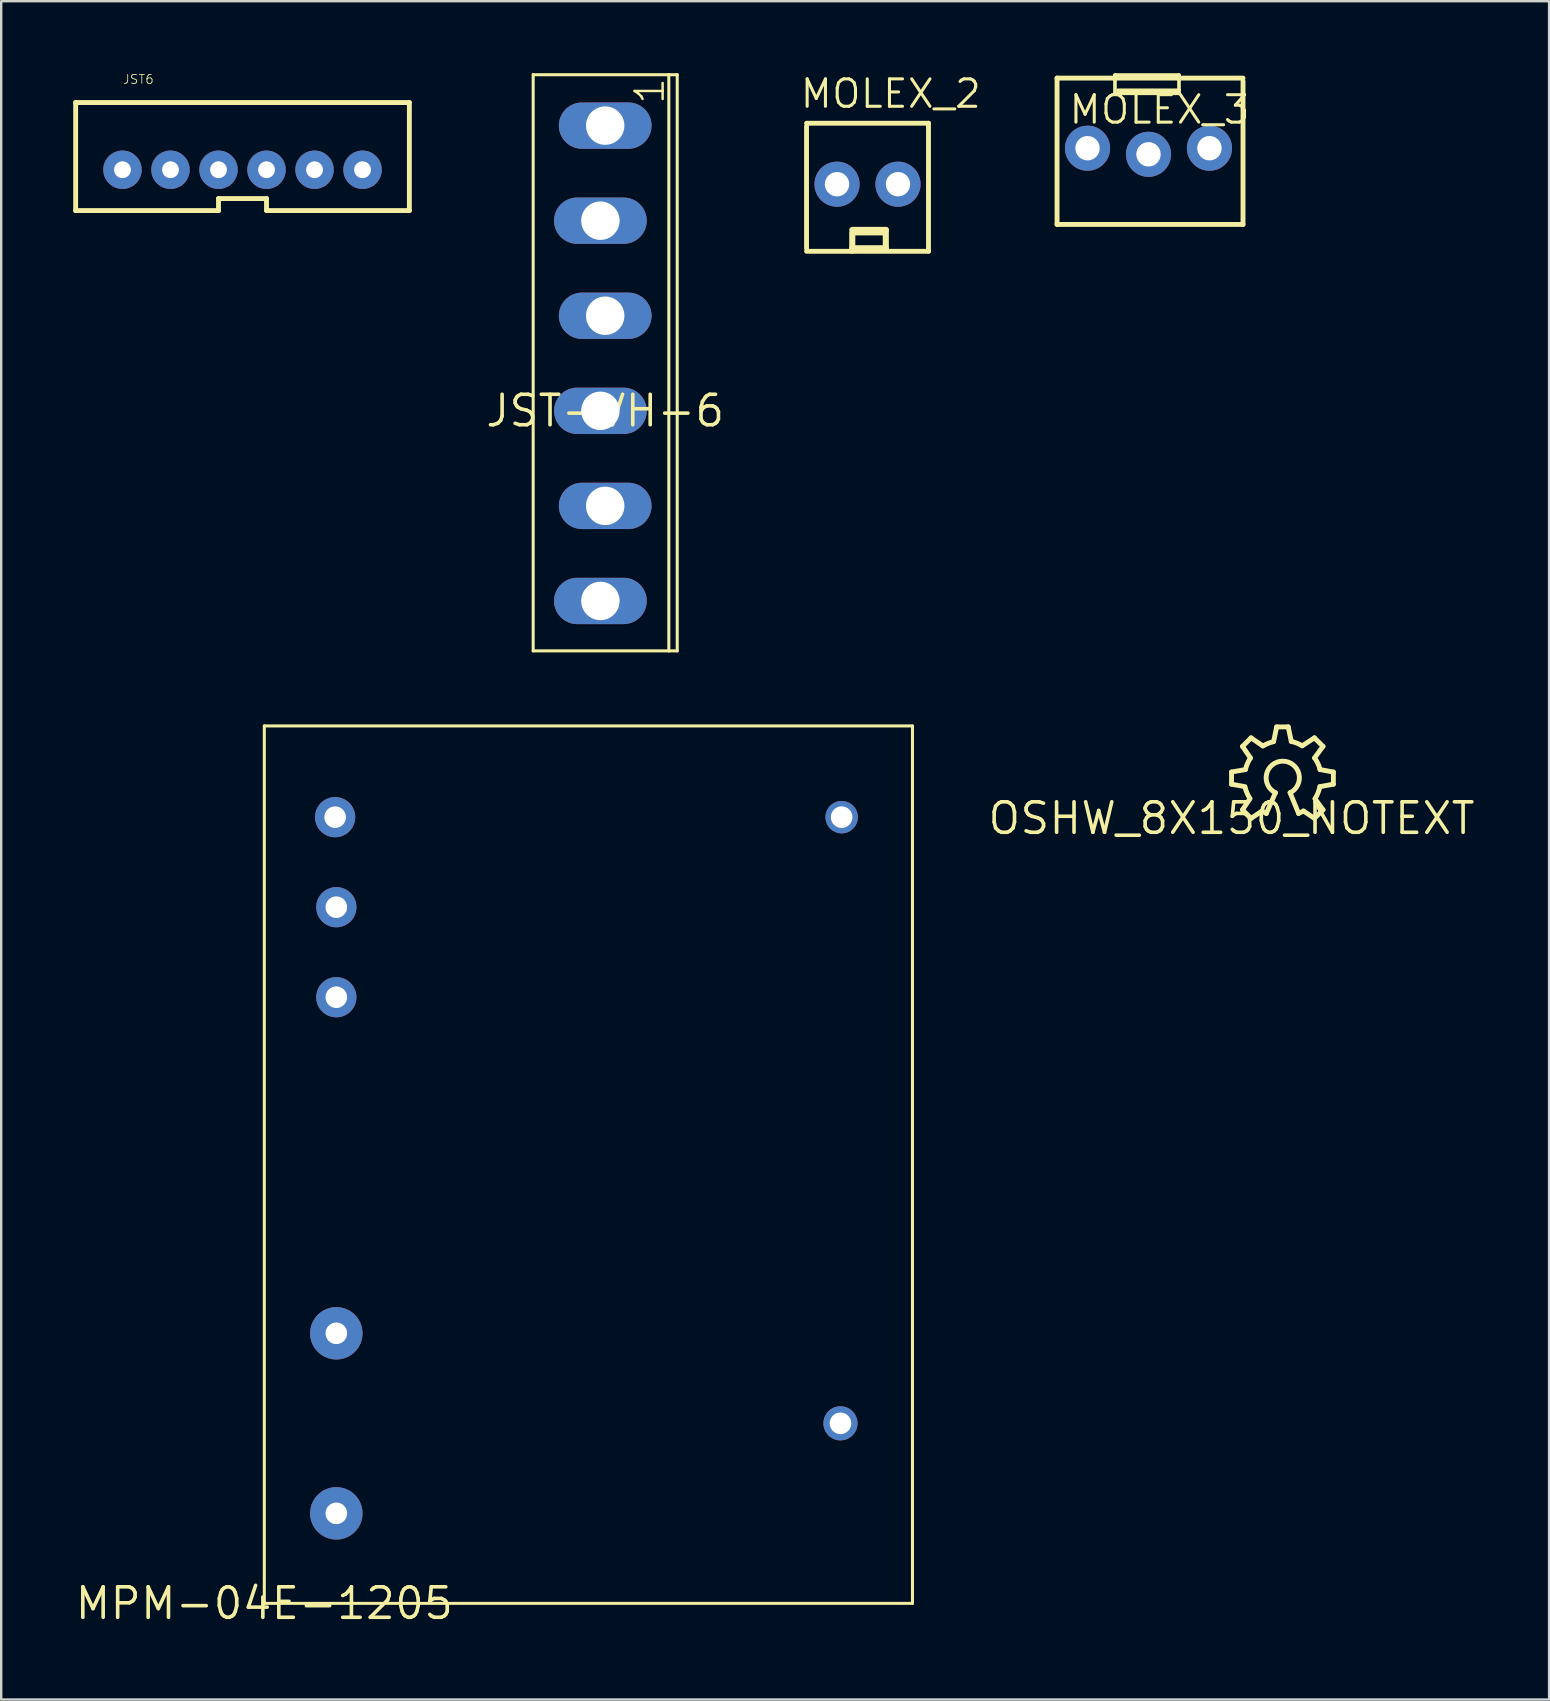
<source format=kicad_pcb>
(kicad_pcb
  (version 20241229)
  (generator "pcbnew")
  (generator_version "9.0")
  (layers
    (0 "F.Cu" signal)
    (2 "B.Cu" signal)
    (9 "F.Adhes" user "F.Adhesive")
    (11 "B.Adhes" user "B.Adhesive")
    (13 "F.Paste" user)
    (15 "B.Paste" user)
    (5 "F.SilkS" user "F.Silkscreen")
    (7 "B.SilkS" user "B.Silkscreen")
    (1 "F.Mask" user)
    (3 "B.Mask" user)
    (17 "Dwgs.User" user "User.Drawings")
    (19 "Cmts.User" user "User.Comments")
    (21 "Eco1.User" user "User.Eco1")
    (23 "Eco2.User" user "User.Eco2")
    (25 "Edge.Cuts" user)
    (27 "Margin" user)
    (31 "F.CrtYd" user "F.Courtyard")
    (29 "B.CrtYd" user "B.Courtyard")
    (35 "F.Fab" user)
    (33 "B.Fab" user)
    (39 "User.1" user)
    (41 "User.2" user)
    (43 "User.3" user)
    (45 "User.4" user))
  (footprint "MOLEX_3"
    (layer "F.Cu")
    (at 44.792 3.251)
    (property "Reference" "MOLEX_3" (at -3.378 -1.067 0) (unlocked yes) (layer "F.SilkS") (effects (font (size 1.143 1.143) (thickness 0.127)) (justify left bottom)))
    (fp_line (start -3.81 -3.048) (end -3.81 3.048) (stroke (width 0.203) (type solid)) (layer "F.SilkS"))
    (fp_line (start -3.81 -3.048) (end -1.397 -3.048) (stroke (width 0.203) (type solid)) (layer "F.SilkS"))
    (fp_line (start -1.397 -3.175) (end 1.27 -3.175) (stroke (width 0.152) (type solid)) (layer "F.SilkS"))
    (fp_line (start -1.397 -3.048) (end -1.397 -3.175) (stroke (width 0.152) (type solid)) (layer "F.SilkS"))
    (fp_line (start -1.397 -3.048) (end 1.27 -3.048) (stroke (width 0.203) (type solid)) (layer "F.SilkS"))
    (fp_line (start -1.397 -2.413) (end -1.397 -3.048) (stroke (width 0.152) (type solid)) (layer "F.SilkS"))
    (fp_line (start -1.27 -2.54) (end 1.27 -2.54) (stroke (width 0.152) (type solid)) (layer "F.SilkS"))
    (fp_line (start 1.27 -3.175) (end 1.27 -3.048) (stroke (width 0.152) (type solid)) (layer "F.SilkS"))
    (fp_line (start 1.27 -3.048) (end 3.937 -3.048) (stroke (width 0.203) (type solid)) (layer "F.SilkS"))
    (fp_line (start 1.27 -2.54) (end 1.27 -3.048) (stroke (width 0.152) (type solid)) (layer "F.SilkS"))
    (fp_line (start 1.27 -2.54) (end 1.27 -2.413) (stroke (width 0.152) (type solid)) (layer "F.SilkS"))
    (fp_line (start 1.27 -2.413) (end -1.397 -2.413) (stroke (width 0.152) (type solid)) (layer "F.SilkS"))
    (fp_line (start 3.937 -2.921) (end 3.937 3.048) (stroke (width 0.203) (type solid)) (layer "F.SilkS"))
    (fp_line (start 3.937 3.048) (end -3.81 3.048) (stroke (width 0.203) (type solid)) (layer "F.SilkS"))
    (fp_poly (pts (xy -0.254 0.254) (xy 0.254 0.254) (xy 0.254 -0.254) (xy -0.254 -0.254)) (stroke (width 0.1) (type default)) (fill no) (layer "F.Fab"))
    (fp_poly (pts (xy 2.286 0.254) (xy 2.794 0.254) (xy 2.794 -0.254) (xy 2.286 -0.254)) (stroke (width 0.1) (type default)) (fill no) (layer "F.Fab"))
    (pad "1" thru_hole circle (at -2.54 -0.127 90) (size 1.88 1.88) (drill 1.016) (layers "*.Cu" "*.Mask"))
    (pad "2" thru_hole circle (at 0 0.127 90) (size 1.88 1.88) (drill 1.016) (layers "*.Cu" "*.Mask"))
    (pad "3" thru_hole circle (at 2.54 -0.127 90) (size 1.88 1.88) (drill 1.016) (layers "*.Cu" "*.Mask")))
  (footprint "OSHW_8X150_NOTEXT"
    (layer "F.Cu")
    (at 48.251 31.039)
    (property "Reference" "OSHW_8X150_NOTEXT" (at 0 0 0) (unlocked yes) (layer "F.SilkS") (effects (font (size 1.27 1.27) (thickness 0.15))))
    (fp_line (start 0 -1.93) (end 0.584 -2.032) (stroke (width 0.203) (type solid)) (layer "F.SilkS"))
    (fp_line (start 0 -1.422) (end 0 -1.93) (stroke (width 0.203) (type solid)) (layer "F.SilkS"))
    (fp_line (start 0.457 -2.997) (end 0.813 -3.353) (stroke (width 0.203) (type solid)) (layer "F.SilkS"))
    (fp_line (start 0.457 -0.356) (end 0.762 -0.813) (stroke (width 0.203) (type solid)) (layer "F.SilkS"))
    (fp_line (start 0.559 -1.321) (end 0 -1.422) (stroke (width 0.203) (type solid)) (layer "F.SilkS"))
    (fp_line (start 0.787 -2.515) (end 0.457 -2.997) (stroke (width 0.203) (type solid)) (layer "F.SilkS"))
    (fp_line (start 0.813 -3.353) (end 1.295 -3.023) (stroke (width 0.203) (type solid)) (layer "F.SilkS"))
    (fp_line (start 0.813 0) (end 0.457 -0.356) (stroke (width 0.203) (type solid)) (layer "F.SilkS"))
    (fp_line (start 1.27 -0.305) (end 0.813 0) (stroke (width 0.203) (type solid)) (layer "F.SilkS"))
    (fp_line (start 1.448 -0.203) (end 1.27 -0.305) (stroke (width 0.203) (type solid)) (layer "F.SilkS"))
    (fp_line (start 1.753 -3.2) (end 1.88 -3.81) (stroke (width 0.203) (type solid)) (layer "F.SilkS"))
    (fp_line (start 1.829 -1.067) (end 1.448 -0.203) (stroke (width 0.203) (type solid)) (layer "F.SilkS"))
    (fp_line (start 1.88 -3.81) (end 2.362 -3.81) (stroke (width 0.203) (type solid)) (layer "F.SilkS"))
    (fp_line (start 2.362 -3.81) (end 2.489 -3.2) (stroke (width 0.203) (type solid)) (layer "F.SilkS"))
    (fp_line (start 2.794 -0.203) (end 2.438 -1.067) (stroke (width 0.203) (type solid)) (layer "F.SilkS"))
    (fp_line (start 2.946 -3.023) (end 3.454 -3.353) (stroke (width 0.203) (type solid)) (layer "F.SilkS"))
    (fp_line (start 2.997 -0.305) (end 2.794 -0.203) (stroke (width 0.203) (type solid)) (layer "F.SilkS"))
    (fp_line (start 3.454 -3.353) (end 3.81 -2.997) (stroke (width 0.203) (type solid)) (layer "F.SilkS"))
    (fp_line (start 3.454 0) (end 2.997 -0.305) (stroke (width 0.203) (type solid)) (layer "F.SilkS"))
    (fp_line (start 3.48 -0.813) (end 3.81 -0.356) (stroke (width 0.203) (type solid)) (layer "F.SilkS"))
    (fp_line (start 3.683 -2.032) (end 4.242 -1.93) (stroke (width 0.203) (type solid)) (layer "F.SilkS"))
    (fp_line (start 3.81 -2.997) (end 3.454 -2.515) (stroke (width 0.203) (type solid)) (layer "F.SilkS"))
    (fp_line (start 3.81 -0.356) (end 3.454 0) (stroke (width 0.203) (type solid)) (layer "F.SilkS"))
    (fp_line (start 4.242 -1.93) (end 4.242 -1.422) (stroke (width 0.203) (type solid)) (layer "F.SilkS"))
    (fp_line (start 4.242 -1.422) (end 3.683 -1.321) (stroke (width 0.203) (type solid)) (layer "F.SilkS"))
    (fp_arc (start 0.5796 -2.0376) (mid 0.663223 -2.284304) (end 0.7859 -2.5141) (stroke (width 0.2032) (type solid)) (layer "F.SilkS"))
    (fp_arc (start 0.7681 -0.825) (mid 0.648453 -1.044452) (end 0.5654 -1.2802) (stroke (width 0.2032) (type solid)) (layer "F.SilkS"))
    (fp_arc (start 1.3015 -3.0119) (mid 1.518605 -3.119756) (end 1.7496 -3.1933) (stroke (width 0.2032) (type solid)) (layer "F.SilkS"))
    (fp_arc (start 1.8288 -1.0668) (mid 2.1336 -2.382036) (end 2.4384 -1.0668) (stroke (width 0.2032) (type solid)) (layer "F.SilkS"))
    (fp_arc (start 2.4892 -3.204) (mid 2.723854 -3.131001) (end 2.9444 -3.0226) (stroke (width 0.2032) (type solid)) (layer "F.SilkS"))
    (fp_arc (start 3.4671 -2.5105) (mid 3.597953 -2.281784) (end 3.6876 -2.034) (stroke (width 0.2032) (type solid)) (layer "F.SilkS"))
    (fp_arc (start 3.6805 -1.3228) (mid 3.600923 -1.061609) (end 3.4778 -0.8179) (stroke (width 0.2032) (type solid)) (layer "F.SilkS")))
  (footprint "JST6"
    (layer "F.Cu")
    (at 7.052 3.741)
    (property "Reference" "JST6" (at -5 -3.27 0) (unlocked yes) (layer "F.SilkS") (effects (font (size 0.374 0.374) (thickness 0.033)) (justify left bottom)))
    (fp_line (start -6.95 -2.52) (end 6.95 -2.52) (stroke (width 0.203) (type solid)) (layer "F.SilkS"))
    (fp_line (start -6.95 1.98) (end -6.95 -2.52) (stroke (width 0.203) (type solid)) (layer "F.SilkS"))
    (fp_line (start -1 1.48) (end -1 1.98) (stroke (width 0.203) (type solid)) (layer "F.SilkS"))
    (fp_line (start -1 1.48) (end 1 1.48) (stroke (width 0.203) (type solid)) (layer "F.SilkS"))
    (fp_line (start -1 1.98) (end -6.95 1.98) (stroke (width 0.203) (type solid)) (layer "F.SilkS"))
    (fp_line (start 1 1.48) (end 1 1.98) (stroke (width 0.203) (type solid)) (layer "F.SilkS"))
    (fp_line (start 6.95 -2.52) (end 6.95 1.98) (stroke (width 0.203) (type solid)) (layer "F.SilkS"))
    (fp_line (start 6.95 1.98) (end 1 1.98) (stroke (width 0.203) (type solid)) (layer "F.SilkS"))
    (pad "1" thru_hole circle (at -5 0.28) (size 1.6 1.6) (drill 0.7) (layers "*.Cu" "*.Mask"))
    (pad "2" thru_hole circle (at -3 0.28) (size 1.6 1.6) (drill 0.7) (layers "*.Cu" "*.Mask"))
    (pad "3" thru_hole circle (at -1 0.28) (size 1.6 1.6) (drill 0.7) (layers "*.Cu" "*.Mask"))
    (pad "4" thru_hole circle (at 1 0.28) (size 1.6 1.6) (drill 0.7) (layers "*.Cu" "*.Mask"))
    (pad "5" thru_hole circle (at 3 0.28) (size 1.6 1.6) (drill 0.7) (layers "*.Cu" "*.Mask"))
    (pad "6" thru_hole circle (at 5 0.28) (size 1.6 1.6) (drill 0.7) (layers "*.Cu" "*.Mask")))
  (footprint "MPM-04E-1205"
    (layer "F.Cu")
    (at 7.96 63.74)
    (property "Reference" "MPM-04E-1205" (at 0 0 0) (unlocked yes) (layer "F.SilkS") (effects (font (size 1.27 1.27) (thickness 0.15))))
    (fp_line (start 0 -36.55) (end 0 0) (stroke (width 0.127) (type solid)) (layer "F.SilkS"))
    (fp_line (start 0 0) (end 27 0) (stroke (width 0.127) (type solid)) (layer "F.SilkS"))
    (fp_line (start 27 -36.55) (end 0 -36.55) (stroke (width 0.127) (type solid)) (layer "F.SilkS"))
    (fp_line (start 27 0) (end 27 -36.55) (stroke (width 0.127) (type solid)) (layer "F.SilkS"))
    (pad "5V" thru_hole circle (at 3 -25.25) (size 1.676 1.676) (drill 0.9) (layers "*.Cu" "*.Mask"))
    (pad "12V" thru_hole circle (at 2.95 -32.75) (size 1.676 1.676) (drill 0.9) (layers "*.Cu" "*.Mask"))
    (pad "ACL" thru_hole circle (at 3 -3.75) (size 2.184 2.184) (drill 0.9) (layers "*.Cu" "*.Mask"))
    (pad "ACN" thru_hole circle (at 3 -11.25) (size 2.184 2.184) (drill 0.9) (layers "*.Cu" "*.Mask"))
    (pad "GND" thru_hole circle (at 3 -29) (size 1.676 1.676) (drill 0.9) (layers "*.Cu" "*.Mask"))
    (pad "NC1" thru_hole circle (at 24 -7.5) (size 1.422 1.422) (drill 0.9) (layers "*.Cu" "*.Mask"))
    (pad "NC2" thru_hole circle (at 24.05 -32.75) (size 1.35 1.35) (drill 0.9) (layers "*.Cu" "*.Mask")))
  (footprint "MOLEX_2"
    (layer "F.Cu")
    (at 33.087 4.623)
    (property "Reference" "MOLEX_2" (at -2.87 -3.099 0) (unlocked yes) (layer "F.SilkS") (effects (font (size 1.143 1.143) (thickness 0.127)) (justify left bottom)))
    (fp_line (start -2.54 -2.54) (end 2.54 -2.54) (stroke (width 0.203) (type solid)) (layer "F.SilkS"))
    (fp_line (start -2.54 -2.413) (end -2.54 2.667) (stroke (width 0.203) (type solid)) (layer "F.SilkS"))
    (fp_line (start -0.635 1.905) (end -0.635 2.032) (stroke (width 0.152) (type solid)) (layer "F.SilkS"))
    (fp_line (start -0.635 1.905) (end 0.762 1.905) (stroke (width 0.254) (type solid)) (layer "F.SilkS"))
    (fp_line (start -0.635 2.032) (end -0.635 2.794) (stroke (width 0.152) (type solid)) (layer "F.SilkS"))
    (fp_line (start -0.635 2.667) (end -0.635 2.032) (stroke (width 0.254) (type solid)) (layer "F.SilkS"))
    (fp_line (start -0.635 2.794) (end -2.54 2.794) (stroke (width 0.203) (type solid)) (layer "F.SilkS"))
    (fp_line (start 0.762 1.905) (end 0.762 2.667) (stroke (width 0.254) (type solid)) (layer "F.SilkS"))
    (fp_line (start 0.762 2.032) (end -0.508 2.032) (stroke (width 0.203) (type solid)) (layer "F.SilkS"))
    (fp_line (start 0.762 2.032) (end 0.762 2.667) (stroke (width 0.152) (type solid)) (layer "F.SilkS"))
    (fp_line (start 0.762 2.667) (end -0.635 2.667) (stroke (width 0.254) (type solid)) (layer "F.SilkS"))
    (fp_line (start 2.54 -2.54) (end 2.54 2.794) (stroke (width 0.203) (type solid)) (layer "F.SilkS"))
    (fp_line (start 2.54 2.794) (end -0.635 2.794) (stroke (width 0.203) (type solid)) (layer "F.SilkS"))
    (pad "1" thru_hole circle (at -1.27 0 90) (size 1.88 1.88) (drill 1.016) (layers "*.Cu" "*.Mask"))
    (pad "2" thru_hole circle (at 1.27 0 90) (size 1.88 1.88) (drill 1.016) (layers "*.Cu" "*.Mask")))
  (footprint "JST-VH-6"
    (layer "F.Cu")
    (at 22.16 14.063)
    (property "Reference" "JST-VH-6" (at 0 0 0) (unlocked yes) (layer "F.SilkS") (effects (font (size 1.27 1.27) (thickness 0.15))))
    (fp_line (start -3 -14) (end 2.65 -14) (stroke (width 0.127) (type solid)) (layer "F.SilkS"))
    (fp_line (start -3 10) (end -3 -14) (stroke (width 0.127) (type solid)) (layer "F.SilkS"))
    (fp_line (start 2.65 -14) (end 3 -14) (stroke (width 0.127) (type solid)) (layer "F.SilkS"))
    (fp_line (start 2.65 10) (end -3 10) (stroke (width 0.127) (type solid)) (layer "F.SilkS"))
    (fp_line (start 2.65 10) (end 2.65 -14) (stroke (width 0.127) (type solid)) (layer "F.SilkS"))
    (fp_line (start 3 -14) (end 3 10) (stroke (width 0.127) (type solid)) (layer "F.SilkS"))
    (fp_line (start 3 10) (end 2.65 10) (stroke (width 0.127) (type solid)) (layer "F.SilkS"))
    (fp_text user "1" (at 2.54 -12.7 90) (layer "F.SilkS") (effects (font (size 1.168 1.168) (thickness 0.102)) (justify left bottom)))
    (pad "P$1" thru_hole oval (at 0 -11.88) (size 3.861 1.93) (drill 1.6) (layers "*.Cu" "*.Mask"))
    (pad "P$2" thru_hole oval (at -0.2 -7.92) (size 3.861 1.93) (drill 1.6) (layers "*.Cu" "*.Mask"))
    (pad "P$3" thru_hole oval (at 0 -3.96) (size 3.861 1.93) (drill 1.6) (layers "*.Cu" "*.Mask"))
    (pad "P$4" thru_hole oval (at -0.2 0) (size 3.861 1.93) (drill 1.6) (layers "*.Cu" "*.Mask"))
    (pad "P$5" thru_hole oval (at 0 3.96) (size 3.861 1.93) (drill 1.6) (layers "*.Cu" "*.Mask"))
    (pad "P$6" thru_hole oval (at -0.2 7.92) (size 3.861 1.93) (drill 1.6) (layers "*.Cu" "*.Mask")))
  (gr_rect
    (start -3 -3)
    (end 61.479 67.747)
    (stroke (width 0.1) (type default))
    (fill no)
    (layer "Edge.Cuts")))
</source>
